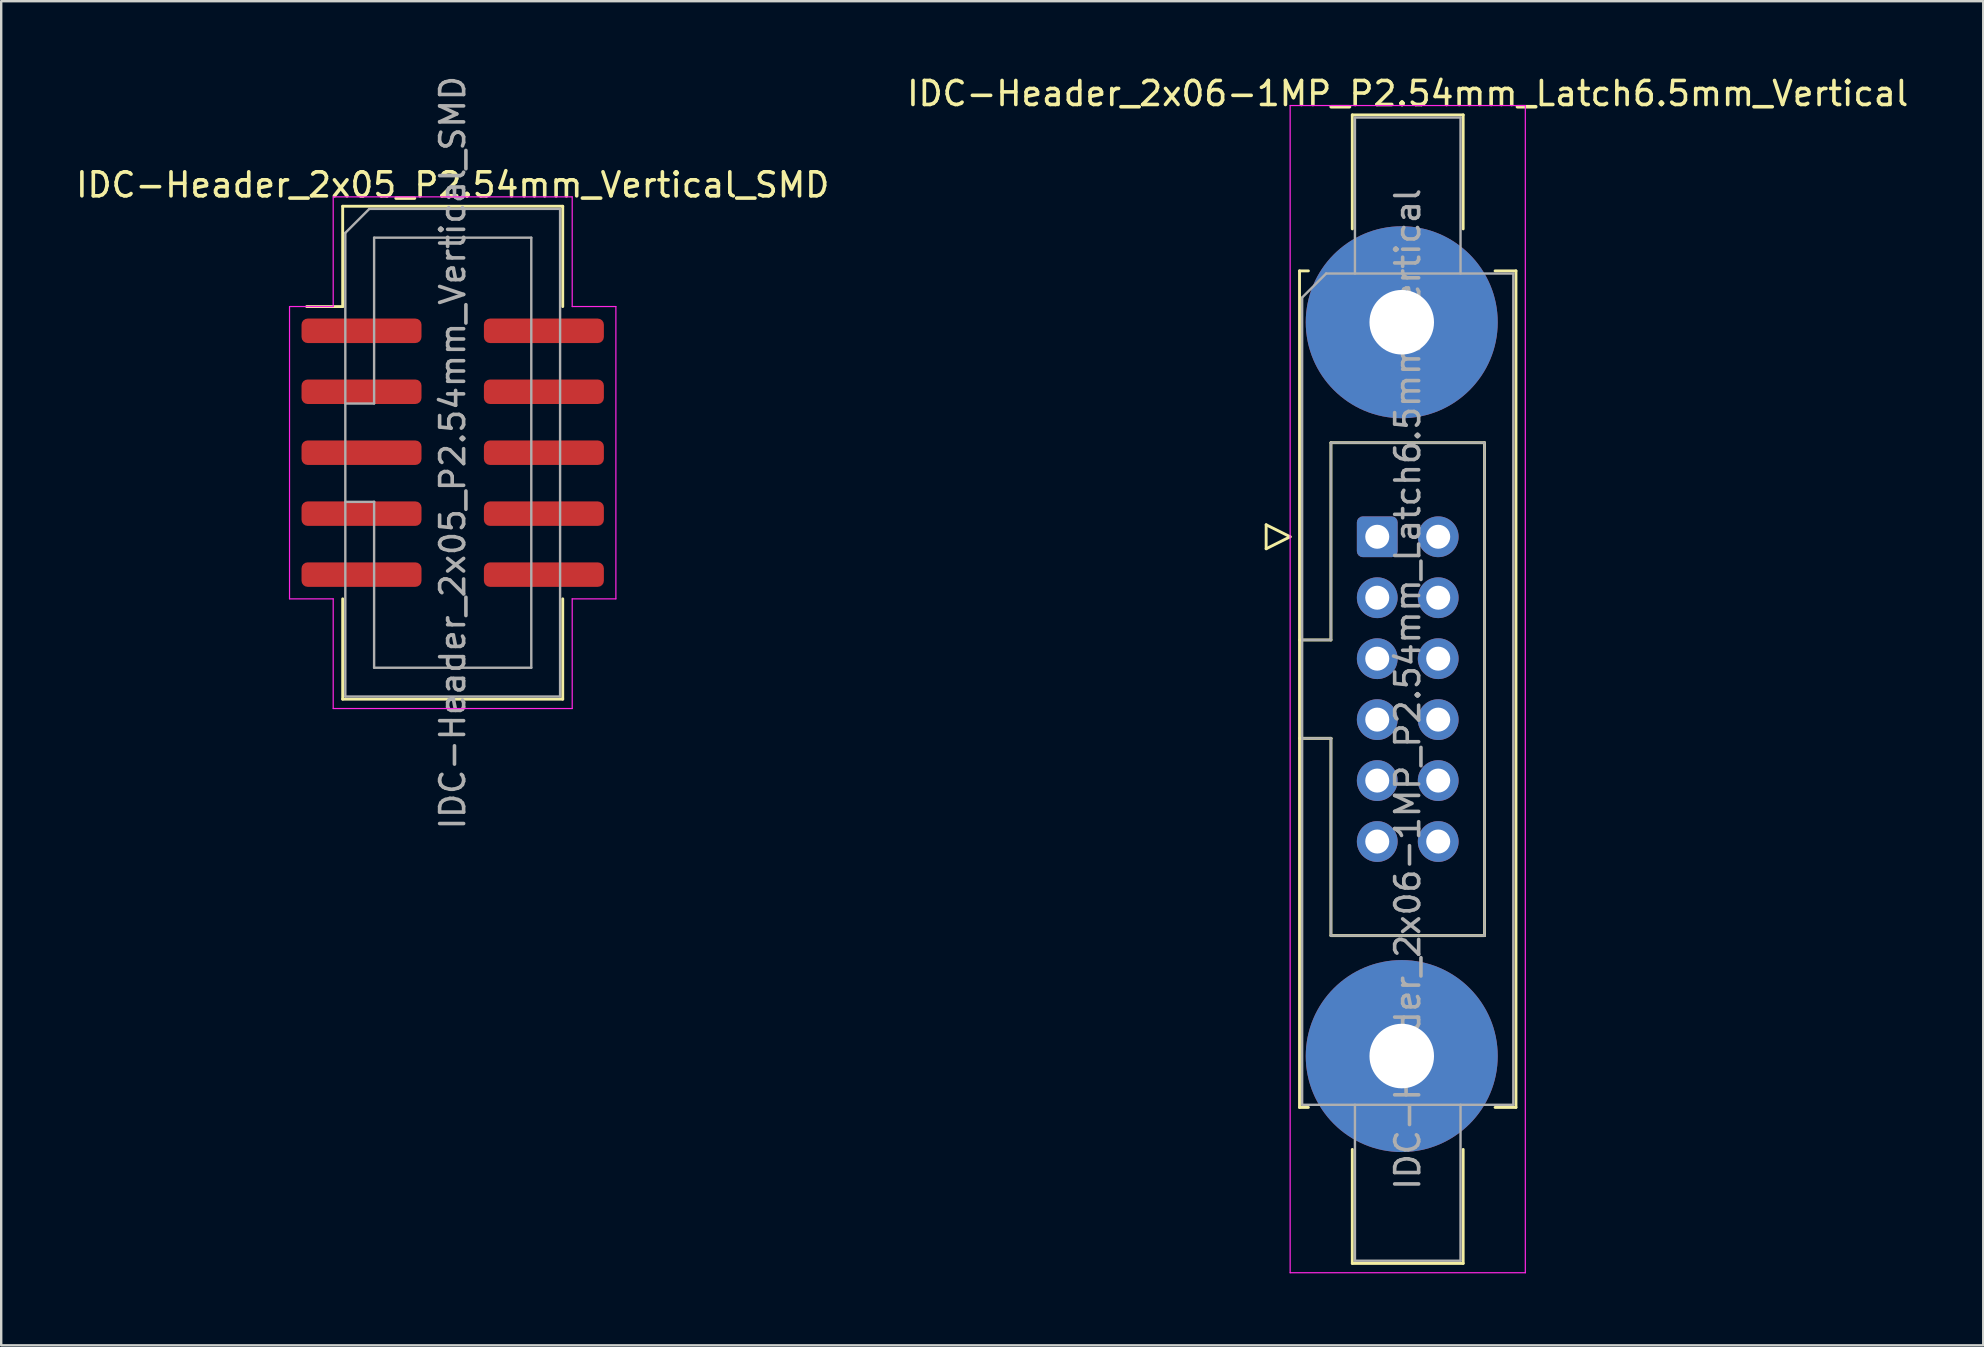
<source format=kicad_pcb>
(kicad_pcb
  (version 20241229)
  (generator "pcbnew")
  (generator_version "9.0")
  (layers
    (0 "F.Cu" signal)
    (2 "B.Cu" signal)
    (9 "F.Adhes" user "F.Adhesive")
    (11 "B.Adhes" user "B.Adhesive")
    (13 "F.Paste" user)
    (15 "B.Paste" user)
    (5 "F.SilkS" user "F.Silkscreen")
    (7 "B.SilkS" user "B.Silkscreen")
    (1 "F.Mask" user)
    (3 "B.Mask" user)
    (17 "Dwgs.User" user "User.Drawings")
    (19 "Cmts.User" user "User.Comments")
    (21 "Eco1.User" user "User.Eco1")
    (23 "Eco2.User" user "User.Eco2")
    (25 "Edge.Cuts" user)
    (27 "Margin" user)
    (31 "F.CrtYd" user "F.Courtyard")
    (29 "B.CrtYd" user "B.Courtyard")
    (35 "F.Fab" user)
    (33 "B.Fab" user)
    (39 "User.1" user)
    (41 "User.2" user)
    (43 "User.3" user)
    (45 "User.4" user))
  (footprint "IDC-Header_2x05_P2.54mm_Vertical_SMD"
    (layer "F.Cu")
    (at 15.815 15.815)
    (property "Reference" "IDC-Header_2x05_P2.54mm_Vertical_SMD" (at 0 -11.16 0) (layer "F.SilkS") (effects (font (size 1 1) (thickness 0.15))))
    (attr smd)
    (fp_line (start -4.585 -10.27) (end 4.585 -10.27) (stroke (width 0.12) (type solid)) (layer "F.SilkS"))
    (fp_line (start -4.585 -6.09) (end -6.085 -6.09) (stroke (width 0.12) (type solid)) (layer "F.SilkS"))
    (fp_line (start -4.585 -6.09) (end -4.585 -10.27) (stroke (width 0.12) (type solid)) (layer "F.SilkS"))
    (fp_line (start -4.585 6.09) (end -4.585 10.27) (stroke (width 0.12) (type solid)) (layer "F.SilkS"))
    (fp_line (start -4.585 10.27) (end 4.585 10.27) (stroke (width 0.12) (type solid)) (layer "F.SilkS"))
    (fp_line (start 4.585 -10.27) (end 4.585 -6.09) (stroke (width 0.12) (type solid)) (layer "F.SilkS"))
    (fp_line (start 4.585 10.27) (end 4.585 6.09) (stroke (width 0.12) (type solid)) (layer "F.SilkS"))
    (fp_line (start -6.8 -6.09) (end -6.8 6.09) (stroke (width 0.05) (type solid)) (layer "F.CrtYd"))
    (fp_line (start -6.8 6.09) (end -4.98 6.09) (stroke (width 0.05) (type solid)) (layer "F.CrtYd"))
    (fp_line (start -4.98 -10.66) (end -4.98 -6.09) (stroke (width 0.05) (type solid)) (layer "F.CrtYd"))
    (fp_line (start -4.98 -6.09) (end -6.8 -6.09) (stroke (width 0.05) (type solid)) (layer "F.CrtYd"))
    (fp_line (start -4.98 6.09) (end -4.98 10.66) (stroke (width 0.05) (type solid)) (layer "F.CrtYd"))
    (fp_line (start -4.98 10.66) (end 4.98 10.66) (stroke (width 0.05) (type solid)) (layer "F.CrtYd"))
    (fp_line (start 4.98 -10.66) (end -4.98 -10.66) (stroke (width 0.05) (type solid)) (layer "F.CrtYd"))
    (fp_line (start 4.98 -6.09) (end 4.98 -10.66) (stroke (width 0.05) (type solid)) (layer "F.CrtYd"))
    (fp_line (start 4.98 6.09) (end 6.8 6.09) (stroke (width 0.05) (type solid)) (layer "F.CrtYd"))
    (fp_line (start 4.98 10.66) (end 4.98 6.09) (stroke (width 0.05) (type solid)) (layer "F.CrtYd"))
    (fp_line (start 6.8 -6.09) (end 4.98 -6.09) (stroke (width 0.05) (type solid)) (layer "F.CrtYd"))
    (fp_line (start 6.8 6.09) (end 6.8 -6.09) (stroke (width 0.05) (type solid)) (layer "F.CrtYd"))
    (fp_line (start -4.475 -9.16) (end -3.475 -10.16) (stroke (width 0.1) (type solid)) (layer "F.Fab"))
    (fp_line (start -4.475 -2.05) (end -3.275 -2.05) (stroke (width 0.1) (type solid)) (layer "F.Fab"))
    (fp_line (start -4.475 10.16) (end -4.475 -9.16) (stroke (width 0.1) (type solid)) (layer "F.Fab"))
    (fp_line (start -3.475 -10.16) (end 4.475 -10.16) (stroke (width 0.1) (type solid)) (layer "F.Fab"))
    (fp_line (start -3.275 -8.96) (end 3.275 -8.96) (stroke (width 0.1) (type solid)) (layer "F.Fab"))
    (fp_line (start -3.275 -2.05) (end -3.275 -8.96) (stroke (width 0.1) (type solid)) (layer "F.Fab"))
    (fp_line (start -3.275 2.05) (end -4.475 2.05) (stroke (width 0.1) (type solid)) (layer "F.Fab"))
    (fp_line (start -3.275 2.05) (end -3.275 2.05) (stroke (width 0.1) (type solid)) (layer "F.Fab"))
    (fp_line (start -3.275 8.96) (end -3.275 2.05) (stroke (width 0.1) (type solid)) (layer "F.Fab"))
    (fp_line (start 3.275 -8.96) (end 3.275 8.96) (stroke (width 0.1) (type solid)) (layer "F.Fab"))
    (fp_line (start 3.275 8.96) (end -3.275 8.96) (stroke (width 0.1) (type solid)) (layer "F.Fab"))
    (fp_line (start 4.475 -10.16) (end 4.475 10.16) (stroke (width 0.1) (type solid)) (layer "F.Fab"))
    (fp_line (start 4.475 10.16) (end -4.475 10.16) (stroke (width 0.1) (type solid)) (layer "F.Fab"))
    (fp_text user "${REFERENCE}" (at 0 0 90) (layer "F.Fab") (effects (font (size 1 1) (thickness 0.15))))
    (pad "1" smd roundrect (at -3.8 -5.08) (size 5 1.02) (layers "F.Cu" "F.Mask" "F.Paste") (roundrect_rratio 0.25))
    (pad "2" smd roundrect (at 3.8 -5.08) (size 5 1.02) (layers "F.Cu" "F.Mask" "F.Paste") (roundrect_rratio 0.25))
    (pad "3" smd roundrect (at -3.8 -2.54) (size 5 1.02) (layers "F.Cu" "F.Mask" "F.Paste") (roundrect_rratio 0.25))
    (pad "4" smd roundrect (at 3.8 -2.54) (size 5 1.02) (layers "F.Cu" "F.Mask" "F.Paste") (roundrect_rratio 0.25))
    (pad "5" smd roundrect (at -3.8 0) (size 5 1.02) (layers "F.Cu" "F.Mask" "F.Paste") (roundrect_rratio 0.25))
    (pad "6" smd roundrect (at 3.8 0) (size 5 1.02) (layers "F.Cu" "F.Mask" "F.Paste") (roundrect_rratio 0.25))
    (pad "7" smd roundrect (at -3.8 2.54) (size 5 1.02) (layers "F.Cu" "F.Mask" "F.Paste") (roundrect_rratio 0.25))
    (pad "8" smd roundrect (at 3.8 2.54) (size 5 1.02) (layers "F.Cu" "F.Mask" "F.Paste") (roundrect_rratio 0.25))
    (pad "9" smd roundrect (at -3.8 5.08) (size 5 1.02) (layers "F.Cu" "F.Mask" "F.Paste") (roundrect_rratio 0.25))
    (pad "10" smd roundrect (at 3.8 5.08) (size 5 1.02) (layers "F.Cu" "F.Mask" "F.Paste") (roundrect_rratio 0.25)))
  (footprint "IDC-Header_2x06-1MP_P2.54mm_Latch6.5mm_Vertical"
    (layer "F.Cu")
    (at 54.343 19.318)
    (property "Reference" "IDC-Header_2x06-1MP_P2.54mm_Latch6.5mm_Vertical" (at 1.27 -18.47 0) (layer "F.SilkS") (effects (font (size 1 1) (thickness 0.15))))
    (attr through_hole)
    (fp_line (start -4.63 -0.5) (end -4.63 0.5) (stroke (width 0.12) (type solid)) (layer "F.SilkS"))
    (fp_line (start -4.63 0.5) (end -3.63 0) (stroke (width 0.12) (type solid)) (layer "F.SilkS"))
    (fp_line (start -3.63 0) (end -4.63 -0.5) (stroke (width 0.12) (type solid)) (layer "F.SilkS"))
    (fp_line (start -3.24 -11.08) (end -3.24 23.78) (stroke (width 0.12) (type solid)) (layer "F.SilkS"))
    (fp_line (start -3.24 4.3) (end -1.93 4.3) (stroke (width 0.12) (type solid)) (layer "F.SilkS"))
    (fp_line (start -3.24 23.78) (end -2.87 23.78) (stroke (width 0.12) (type solid)) (layer "F.SilkS"))
    (fp_line (start -2.87 -11.08) (end -3.24 -11.08) (stroke (width 0.12) (type solid)) (layer "F.SilkS"))
    (fp_line (start -1.93 -3.92) (end 4.47 -3.92) (stroke (width 0.12) (type solid)) (layer "F.SilkS"))
    (fp_line (start -1.93 4.3) (end -1.93 -3.92) (stroke (width 0.12) (type solid)) (layer "F.SilkS"))
    (fp_line (start -1.93 8.4) (end -3.24 8.4) (stroke (width 0.12) (type solid)) (layer "F.SilkS"))
    (fp_line (start -1.93 8.4) (end -1.93 8.4) (stroke (width 0.12) (type solid)) (layer "F.SilkS"))
    (fp_line (start -1.93 16.62) (end -1.93 8.4) (stroke (width 0.12) (type solid)) (layer "F.SilkS"))
    (fp_line (start -1.04 -17.58) (end 3.58 -17.58) (stroke (width 0.12) (type solid)) (layer "F.SilkS"))
    (fp_line (start -1.04 -12.83) (end -1.04 -17.58) (stroke (width 0.12) (type solid)) (layer "F.SilkS"))
    (fp_line (start -1.04 25.53) (end -1.04 30.28) (stroke (width 0.12) (type solid)) (layer "F.SilkS"))
    (fp_line (start -1.04 30.28) (end 3.58 30.28) (stroke (width 0.12) (type solid)) (layer "F.SilkS"))
    (fp_line (start 3.58 -17.58) (end 3.58 -12.83) (stroke (width 0.12) (type solid)) (layer "F.SilkS"))
    (fp_line (start 3.58 30.28) (end 3.58 25.53) (stroke (width 0.12) (type solid)) (layer "F.SilkS"))
    (fp_line (start 4.47 -3.92) (end 4.47 16.62) (stroke (width 0.12) (type solid)) (layer "F.SilkS"))
    (fp_line (start 4.47 16.62) (end -1.93 16.62) (stroke (width 0.12) (type solid)) (layer "F.SilkS"))
    (fp_line (start 4.91 -11.08) (end 5.78 -11.08) (stroke (width 0.12) (type solid)) (layer "F.SilkS"))
    (fp_line (start 5.78 -11.08) (end 5.78 23.78) (stroke (width 0.12) (type solid)) (layer "F.SilkS"))
    (fp_line (start 5.78 23.78) (end 4.91 23.78) (stroke (width 0.12) (type solid)) (layer "F.SilkS"))
    (fp_line (start -3.63 -17.97) (end -3.63 30.67) (stroke (width 0.05) (type solid)) (layer "F.CrtYd"))
    (fp_line (start -3.63 30.67) (end 6.17 30.67) (stroke (width 0.05) (type solid)) (layer "F.CrtYd"))
    (fp_line (start 6.17 -17.97) (end -3.63 -17.97) (stroke (width 0.05) (type solid)) (layer "F.CrtYd"))
    (fp_line (start 6.17 30.67) (end 6.17 -17.97) (stroke (width 0.05) (type solid)) (layer "F.CrtYd"))
    (fp_line (start -3.13 -9.97) (end -2.13 -10.97) (stroke (width 0.1) (type solid)) (layer "F.Fab"))
    (fp_line (start -3.13 4.3) (end -1.93 4.3) (stroke (width 0.1) (type solid)) (layer "F.Fab"))
    (fp_line (start -3.13 23.67) (end -3.13 -9.97) (stroke (width 0.1) (type solid)) (layer "F.Fab"))
    (fp_line (start -2.13 -10.97) (end 5.67 -10.97) (stroke (width 0.1) (type solid)) (layer "F.Fab"))
    (fp_line (start -1.93 -3.92) (end 4.47 -3.92) (stroke (width 0.1) (type solid)) (layer "F.Fab"))
    (fp_line (start -1.93 4.3) (end -1.93 -3.92) (stroke (width 0.1) (type solid)) (layer "F.Fab"))
    (fp_line (start -1.93 8.4) (end -3.13 8.4) (stroke (width 0.1) (type solid)) (layer "F.Fab"))
    (fp_line (start -1.93 8.4) (end -1.93 8.4) (stroke (width 0.1) (type solid)) (layer "F.Fab"))
    (fp_line (start -1.93 16.62) (end -1.93 8.4) (stroke (width 0.1) (type solid)) (layer "F.Fab"))
    (fp_line (start -0.93 -17.47) (end 3.47 -17.47) (stroke (width 0.1) (type solid)) (layer "F.Fab"))
    (fp_line (start -0.93 -10.97) (end -0.93 -17.47) (stroke (width 0.1) (type solid)) (layer "F.Fab"))
    (fp_line (start -0.93 23.67) (end -0.93 30.17) (stroke (width 0.1) (type solid)) (layer "F.Fab"))
    (fp_line (start -0.93 30.17) (end 3.47 30.17) (stroke (width 0.1) (type solid)) (layer "F.Fab"))
    (fp_line (start 3.47 -17.47) (end 3.47 -10.97) (stroke (width 0.1) (type solid)) (layer "F.Fab"))
    (fp_line (start 3.47 30.17) (end 3.47 23.67) (stroke (width 0.1) (type solid)) (layer "F.Fab"))
    (fp_line (start 4.47 -3.92) (end 4.47 16.62) (stroke (width 0.1) (type solid)) (layer "F.Fab"))
    (fp_line (start 4.47 16.62) (end -1.93 16.62) (stroke (width 0.1) (type solid)) (layer "F.Fab"))
    (fp_line (start 5.67 -10.97) (end 5.67 23.67) (stroke (width 0.1) (type solid)) (layer "F.Fab"))
    (fp_line (start 5.67 23.67) (end -3.13 23.67) (stroke (width 0.1) (type solid)) (layer "F.Fab"))
    (fp_text user "${REFERENCE}" (at 1.27 6.35 90) (layer "F.Fab") (effects (font (size 1 1) (thickness 0.15))))
    (pad "1" thru_hole roundrect (at 0 0) (size 1.7 1.7) (drill 1) (layers "*.Cu" "*.Mask") (roundrect_rratio 0.147))
    (pad "2" thru_hole circle (at 2.54 0) (size 1.7 1.7) (drill 1) (layers "*.Cu" "*.Mask"))
    (pad "3" thru_hole circle (at 0 2.54) (size 1.7 1.7) (drill 1) (layers "*.Cu" "*.Mask"))
    (pad "4" thru_hole circle (at 2.54 2.54) (size 1.7 1.7) (drill 1) (layers "*.Cu" "*.Mask"))
    (pad "5" thru_hole circle (at 0 5.08) (size 1.7 1.7) (drill 1) (layers "*.Cu" "*.Mask"))
    (pad "6" thru_hole circle (at 2.54 5.08) (size 1.7 1.7) (drill 1) (layers "*.Cu" "*.Mask"))
    (pad "7" thru_hole circle (at 0 7.62) (size 1.7 1.7) (drill 1) (layers "*.Cu" "*.Mask"))
    (pad "8" thru_hole circle (at 2.54 7.62) (size 1.7 1.7) (drill 1) (layers "*.Cu" "*.Mask"))
    (pad "9" thru_hole circle (at 0 10.16) (size 1.7 1.7) (drill 1) (layers "*.Cu" "*.Mask"))
    (pad "10" thru_hole circle (at 2.54 10.16) (size 1.7 1.7) (drill 1) (layers "*.Cu" "*.Mask"))
    (pad "11" thru_hole circle (at 0 12.7) (size 1.7 1.7) (drill 1) (layers "*.Cu" "*.Mask"))
    (pad "12" thru_hole circle (at 2.54 12.7) (size 1.7 1.7) (drill 1) (layers "*.Cu" "*.Mask"))
    (pad "MP" thru_hole circle (at 1.02 -8.94) (size 8 8) (drill 2.69) (layers "*.Cu" "*.Mask"))
    (pad "MP" thru_hole circle (at 1.02 21.64) (size 8 8) (drill 2.69) (layers "*.Cu" "*.Mask")))
  (gr_rect
    (start -3 -3)
    (end 79.595 53.013)
    (stroke (width 0.1) (type default))
    (fill no)
    (layer "Edge.Cuts")))
</source>
